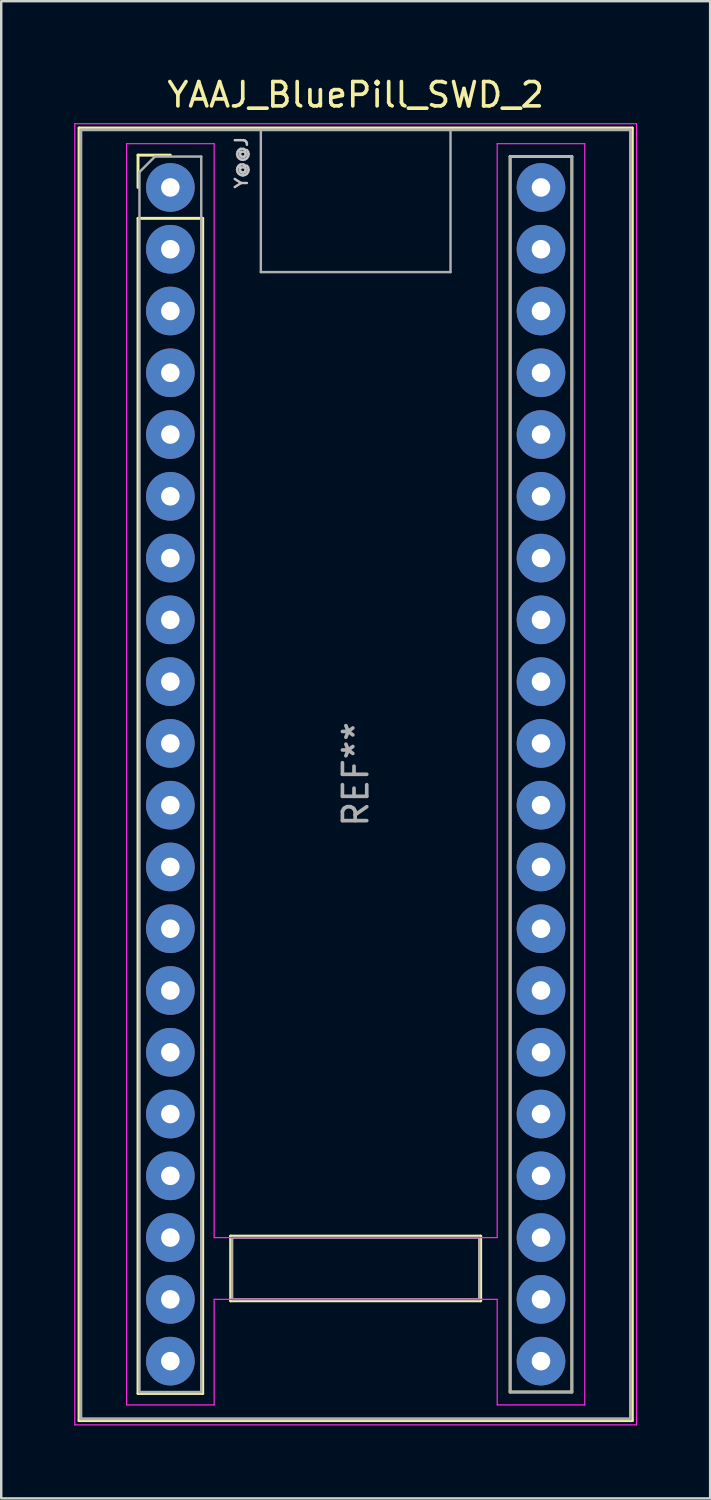
<source format=kicad_pcb>
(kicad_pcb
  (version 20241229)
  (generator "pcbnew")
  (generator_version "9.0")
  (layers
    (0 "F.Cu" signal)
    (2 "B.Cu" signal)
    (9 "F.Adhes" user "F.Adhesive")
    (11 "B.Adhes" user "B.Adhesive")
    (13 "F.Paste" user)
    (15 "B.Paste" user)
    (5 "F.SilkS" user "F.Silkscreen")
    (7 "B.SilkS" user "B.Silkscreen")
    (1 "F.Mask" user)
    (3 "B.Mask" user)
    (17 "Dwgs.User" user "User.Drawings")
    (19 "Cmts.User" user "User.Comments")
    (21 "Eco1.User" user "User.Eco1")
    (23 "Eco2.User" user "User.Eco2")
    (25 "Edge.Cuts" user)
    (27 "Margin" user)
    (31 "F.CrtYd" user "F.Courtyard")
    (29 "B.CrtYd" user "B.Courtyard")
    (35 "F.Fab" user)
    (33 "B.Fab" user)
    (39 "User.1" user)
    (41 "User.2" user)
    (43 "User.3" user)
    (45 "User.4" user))
  (footprint "YAAJ_BluePill_SWD_2"
    (layer "F.Cu")
    (at 3.955 4.658)
    (property "Reference" "YAAJ_BluePill_SWD_2" (at 7.62 -3.81 0) (layer "F.SilkS") (effects (font (size 1 1) (thickness 0.15))))
    (attr through_hole)
    (fp_line (start -3.755 -2.445) (end 18.995 -2.445) (stroke (width 0.12) (type solid)) (layer "F.SilkS"))
    (fp_line (start -3.755 50.705) (end -3.755 -2.445) (stroke (width 0.12) (type solid)) (layer "F.SilkS"))
    (fp_line (start -1.33 -1.33) (end 0 -1.33) (stroke (width 0.12) (type solid)) (layer "F.SilkS"))
    (fp_line (start -1.33 0) (end -1.33 -1.33) (stroke (width 0.12) (type solid)) (layer "F.SilkS"))
    (fp_line (start -1.33 1.27) (end 1.33 1.27) (stroke (width 0.12) (type solid)) (layer "F.SilkS"))
    (fp_line (start -1.33 49.59) (end -1.33 1.27) (stroke (width 0.12) (type solid)) (layer "F.SilkS"))
    (fp_line (start 1.33 1.27) (end 1.33 49.59) (stroke (width 0.12) (type solid)) (layer "F.SilkS"))
    (fp_line (start 1.33 49.59) (end -1.33 49.59) (stroke (width 0.12) (type solid)) (layer "F.SilkS"))
    (fp_line (start 2.48 43.12) (end 2.48 45.78) (stroke (width 0.12) (type solid)) (layer "F.SilkS"))
    (fp_line (start 2.48 45.78) (end 12.76 45.78) (stroke (width 0.12) (type solid)) (layer "F.SilkS"))
    (fp_line (start 12.76 43.12) (end 2.48 43.12) (stroke (width 0.12) (type solid)) (layer "F.SilkS"))
    (fp_line (start 12.76 45.78) (end 12.76 43.12) (stroke (width 0.12) (type solid)) (layer "F.SilkS"))
    (fp_line (start 13.97 -1.27) (end 16.51 -1.27) (stroke (width 0.12) (type solid)) (layer "F.SilkS"))
    (fp_line (start 13.97 49.53) (end 13.97 -1.27) (stroke (width 0.12) (type solid)) (layer "F.SilkS"))
    (fp_line (start 16.51 -1.27) (end 16.51 49.53) (stroke (width 0.12) (type solid)) (layer "F.SilkS"))
    (fp_line (start 16.51 49.53) (end 13.97 49.53) (stroke (width 0.12) (type solid)) (layer "F.SilkS"))
    (fp_line (start 18.995 -2.445) (end 18.995 50.705) (stroke (width 0.12) (type solid)) (layer "F.SilkS"))
    (fp_line (start 18.995 50.705) (end -3.755 50.705) (stroke (width 0.12) (type solid)) (layer "F.SilkS"))
    (fp_line (start -3.93 -2.62) (end 19.17 -2.62) (stroke (width 0.05) (type solid)) (layer "F.CrtYd"))
    (fp_line (start -3.93 50.88) (end -3.93 -2.62) (stroke (width 0.05) (type solid)) (layer "F.CrtYd"))
    (fp_line (start -1.8 -1.8) (end -1.8 50.06) (stroke (width 0.05) (type solid)) (layer "F.CrtYd"))
    (fp_line (start -1.8 50.06) (end 1.8 50.06) (stroke (width 0.05) (type solid)) (layer "F.CrtYd"))
    (fp_line (start 1.8 -1.8) (end -1.8 -1.8) (stroke (width 0.05) (type solid)) (layer "F.CrtYd"))
    (fp_line (start 1.8 -1.8) (end 1.8 43.18) (stroke (width 0.05) (type solid)) (layer "F.CrtYd"))
    (fp_line (start 1.8 43.18) (end 13.44 43.18) (stroke (width 0.05) (type solid)) (layer "F.CrtYd"))
    (fp_line (start 1.8 45.72) (end 1.8 50.06) (stroke (width 0.05) (type solid)) (layer "F.CrtYd"))
    (fp_line (start 13.44 -1.8) (end 13.44 43.18) (stroke (width 0.05) (type solid)) (layer "F.CrtYd"))
    (fp_line (start 13.44 -1.8) (end 17.04 -1.8) (stroke (width 0.05) (type solid)) (layer "F.CrtYd"))
    (fp_line (start 13.44 45.72) (end 1.8 45.72) (stroke (width 0.05) (type solid)) (layer "F.CrtYd"))
    (fp_line (start 13.44 45.72) (end 13.44 50.06) (stroke (width 0.05) (type solid)) (layer "F.CrtYd"))
    (fp_line (start 17.04 -1.8) (end 17.04 50.06) (stroke (width 0.05) (type solid)) (layer "F.CrtYd"))
    (fp_line (start 17.04 50.06) (end 13.44 50.06) (stroke (width 0.05) (type solid)) (layer "F.CrtYd"))
    (fp_line (start 19.17 -2.62) (end 19.17 50.88) (stroke (width 0.05) (type solid)) (layer "F.CrtYd"))
    (fp_line (start 19.17 50.88) (end -3.93 50.88) (stroke (width 0.05) (type solid)) (layer "F.CrtYd"))
    (fp_line (start -3.68 -2.37) (end 18.92 -2.37) (stroke (width 0.12) (type solid)) (layer "F.Fab"))
    (fp_line (start -3.68 50.63) (end -3.68 -2.32) (stroke (width 0.12) (type solid)) (layer "F.Fab"))
    (fp_line (start -3.68 50.63) (end 18.92 50.63) (stroke (width 0.12) (type solid)) (layer "F.Fab"))
    (fp_line (start -1.27 -0.635) (end -0.635 -1.27) (stroke (width 0.1) (type solid)) (layer "F.Fab"))
    (fp_line (start -1.27 49.53) (end -1.27 -0.635) (stroke (width 0.1) (type solid)) (layer "F.Fab"))
    (fp_line (start -0.635 -1.27) (end 1.27 -1.27) (stroke (width 0.1) (type solid)) (layer "F.Fab"))
    (fp_line (start 1.27 -1.27) (end 1.27 49.53) (stroke (width 0.1) (type solid)) (layer "F.Fab"))
    (fp_line (start 1.27 49.53) (end -1.27 49.53) (stroke (width 0.1) (type solid)) (layer "F.Fab"))
    (fp_line (start 2.54 43.18) (end 12.7 43.18) (stroke (width 0.1) (type solid)) (layer "F.Fab"))
    (fp_line (start 2.54 45.72) (end 2.54 43.18) (stroke (width 0.1) (type solid)) (layer "F.Fab"))
    (fp_line (start 3.72 3.48) (end 3.72 -2.32) (stroke (width 0.1) (type solid)) (layer "F.Fab"))
    (fp_line (start 3.72 3.48) (end 11.52 3.48) (stroke (width 0.1) (type solid)) (layer "F.Fab"))
    (fp_line (start 11.52 3.48) (end 11.52 -2.32) (stroke (width 0.1) (type solid)) (layer "F.Fab"))
    (fp_line (start 12.7 43.18) (end 12.7 45.72) (stroke (width 0.1) (type solid)) (layer "F.Fab"))
    (fp_line (start 12.7 45.72) (end 2.54 45.72) (stroke (width 0.1) (type solid)) (layer "F.Fab"))
    (fp_line (start 13.97 -1.27) (end 16.51 -1.27) (stroke (width 0.1) (type solid)) (layer "F.Fab"))
    (fp_line (start 13.97 49.53) (end 13.97 -1.27) (stroke (width 0.1) (type solid)) (layer "F.Fab"))
    (fp_line (start 16.51 -1.27) (end 16.51 49.53) (stroke (width 0.1) (type solid)) (layer "F.Fab"))
    (fp_line (start 16.51 49.53) (end 13.97 49.53) (stroke (width 0.1) (type solid)) (layer "F.Fab"))
    (fp_line (start 18.92 -2.37) (end 18.92 50.63) (stroke (width 0.12) (type solid)) (layer "F.Fab"))
    (fp_text user "Y@@J" (at 2.921 -1.016 90) (unlocked yes) (layer "Dwgs.User") (effects (font (size 0.5 0.5) (thickness 0.1))))
    (fp_text user "REF**" (at 7.62 24.13 90) (layer "F.Fab") (effects (font (size 1 1) (thickness 0.15))))
    (pad "1" thru_hole circle (at 0 0) (size 2 2) (drill 0.762) (layers "*.Cu" "*.Mask"))
    (pad "2" thru_hole circle (at 0 2.54) (size 2 2) (drill 0.762) (layers "*.Cu" "*.Mask"))
    (pad "3" thru_hole circle (at 0 5.08) (size 2 2) (drill 0.762) (layers "*.Cu" "*.Mask"))
    (pad "4" thru_hole circle (at 0 7.62) (size 2 2) (drill 0.762) (layers "*.Cu" "*.Mask"))
    (pad "5" thru_hole circle (at 0 10.16) (size 2 2) (drill 0.762) (layers "*.Cu" "*.Mask"))
    (pad "6" thru_hole circle (at 0 12.7) (size 2 2) (drill 0.762) (layers "*.Cu" "*.Mask"))
    (pad "7" thru_hole circle (at 0 15.24) (size 2 2) (drill 0.762) (layers "*.Cu" "*.Mask"))
    (pad "8" thru_hole circle (at 0 17.78) (size 2 2) (drill 0.762) (layers "*.Cu" "*.Mask"))
    (pad "9" thru_hole circle (at 0 20.32) (size 2 2) (drill 0.762) (layers "*.Cu" "*.Mask"))
    (pad "10" thru_hole circle (at 0 22.86) (size 2 2) (drill 0.762) (layers "*.Cu" "*.Mask"))
    (pad "11" thru_hole circle (at 0 25.4) (size 2 2) (drill 0.762) (layers "*.Cu" "*.Mask"))
    (pad "12" thru_hole circle (at 0 27.94) (size 2 2) (drill 0.762) (layers "*.Cu" "*.Mask"))
    (pad "13" thru_hole circle (at 0 30.48) (size 2 2) (drill 0.762) (layers "*.Cu" "*.Mask"))
    (pad "14" thru_hole circle (at 0 33.02) (size 2 2) (drill 0.762) (layers "*.Cu" "*.Mask"))
    (pad "15" thru_hole circle (at 0 35.56) (size 2 2) (drill 0.762) (layers "*.Cu" "*.Mask"))
    (pad "16" thru_hole circle (at 0 38.1) (size 2 2) (drill 0.762) (layers "*.Cu" "*.Mask"))
    (pad "17" thru_hole circle (at 0 40.64) (size 2 2) (drill 0.762) (layers "*.Cu" "*.Mask"))
    (pad "18" thru_hole circle (at 0 43.18) (size 2 2) (drill 0.762) (layers "*.Cu" "*.Mask"))
    (pad "19" thru_hole circle (at 0 45.72) (size 2 2) (drill 0.762) (layers "*.Cu" "*.Mask"))
    (pad "20" thru_hole circle (at 0 48.26) (size 2 2) (drill 0.762) (layers "*.Cu" "*.Mask"))
    (pad "21" thru_hole circle (at 15.24 48.26) (size 2 2) (drill 0.762) (layers "*.Cu" "*.Mask"))
    (pad "22" thru_hole circle (at 15.24 45.72) (size 2 2) (drill 0.762) (layers "*.Cu" "*.Mask"))
    (pad "23" thru_hole circle (at 15.24 43.18) (size 2 2) (drill 0.762) (layers "*.Cu" "*.Mask"))
    (pad "24" thru_hole circle (at 15.24 40.64) (size 2 2) (drill 0.762) (layers "*.Cu" "*.Mask"))
    (pad "25" thru_hole circle (at 15.24 38.1) (size 2 2) (drill 0.762) (layers "*.Cu" "*.Mask"))
    (pad "26" thru_hole circle (at 15.24 35.56) (size 2 2) (drill 0.762) (layers "*.Cu" "*.Mask"))
    (pad "27" thru_hole circle (at 15.24 33.02) (size 2 2) (drill 0.762) (layers "*.Cu" "*.Mask"))
    (pad "28" thru_hole circle (at 15.24 30.48) (size 2 2) (drill 0.762) (layers "*.Cu" "*.Mask"))
    (pad "29" thru_hole circle (at 15.24 27.94) (size 2 2) (drill 0.762) (layers "*.Cu" "*.Mask"))
    (pad "30" thru_hole circle (at 15.24 25.4) (size 2 2) (drill 0.762) (layers "*.Cu" "*.Mask"))
    (pad "31" thru_hole circle (at 15.24 22.86) (size 2 2) (drill 0.762) (layers "*.Cu" "*.Mask"))
    (pad "32" thru_hole circle (at 15.24 20.32) (size 2 2) (drill 0.762) (layers "*.Cu" "*.Mask"))
    (pad "33" thru_hole circle (at 15.24 17.78) (size 2 2) (drill 0.762) (layers "*.Cu" "*.Mask"))
    (pad "34" thru_hole circle (at 15.24 15.24) (size 2 2) (drill 0.762) (layers "*.Cu" "*.Mask"))
    (pad "35" thru_hole circle (at 15.24 12.7) (size 2 2) (drill 0.762) (layers "*.Cu" "*.Mask"))
    (pad "36" thru_hole circle (at 15.24 10.16) (size 2 2) (drill 0.762) (layers "*.Cu" "*.Mask"))
    (pad "37" thru_hole circle (at 15.24 7.62) (size 2 2) (drill 0.762) (layers "*.Cu" "*.Mask"))
    (pad "38" thru_hole circle (at 15.24 5.08) (size 2 2) (drill 0.762) (layers "*.Cu" "*.Mask"))
    (pad "39" thru_hole circle (at 15.24 2.54) (size 2 2) (drill 0.762) (layers "*.Cu" "*.Mask"))
    (pad "40" thru_hole circle (at 15.24 0) (size 2 2) (drill 0.762) (layers "*.Cu" "*.Mask")))
  (gr_rect
    (start -3 -3)
    (end 26.15 58.563)
    (stroke (width 0.1) (type default))
    (fill no)
    (layer "Edge.Cuts")))
</source>
